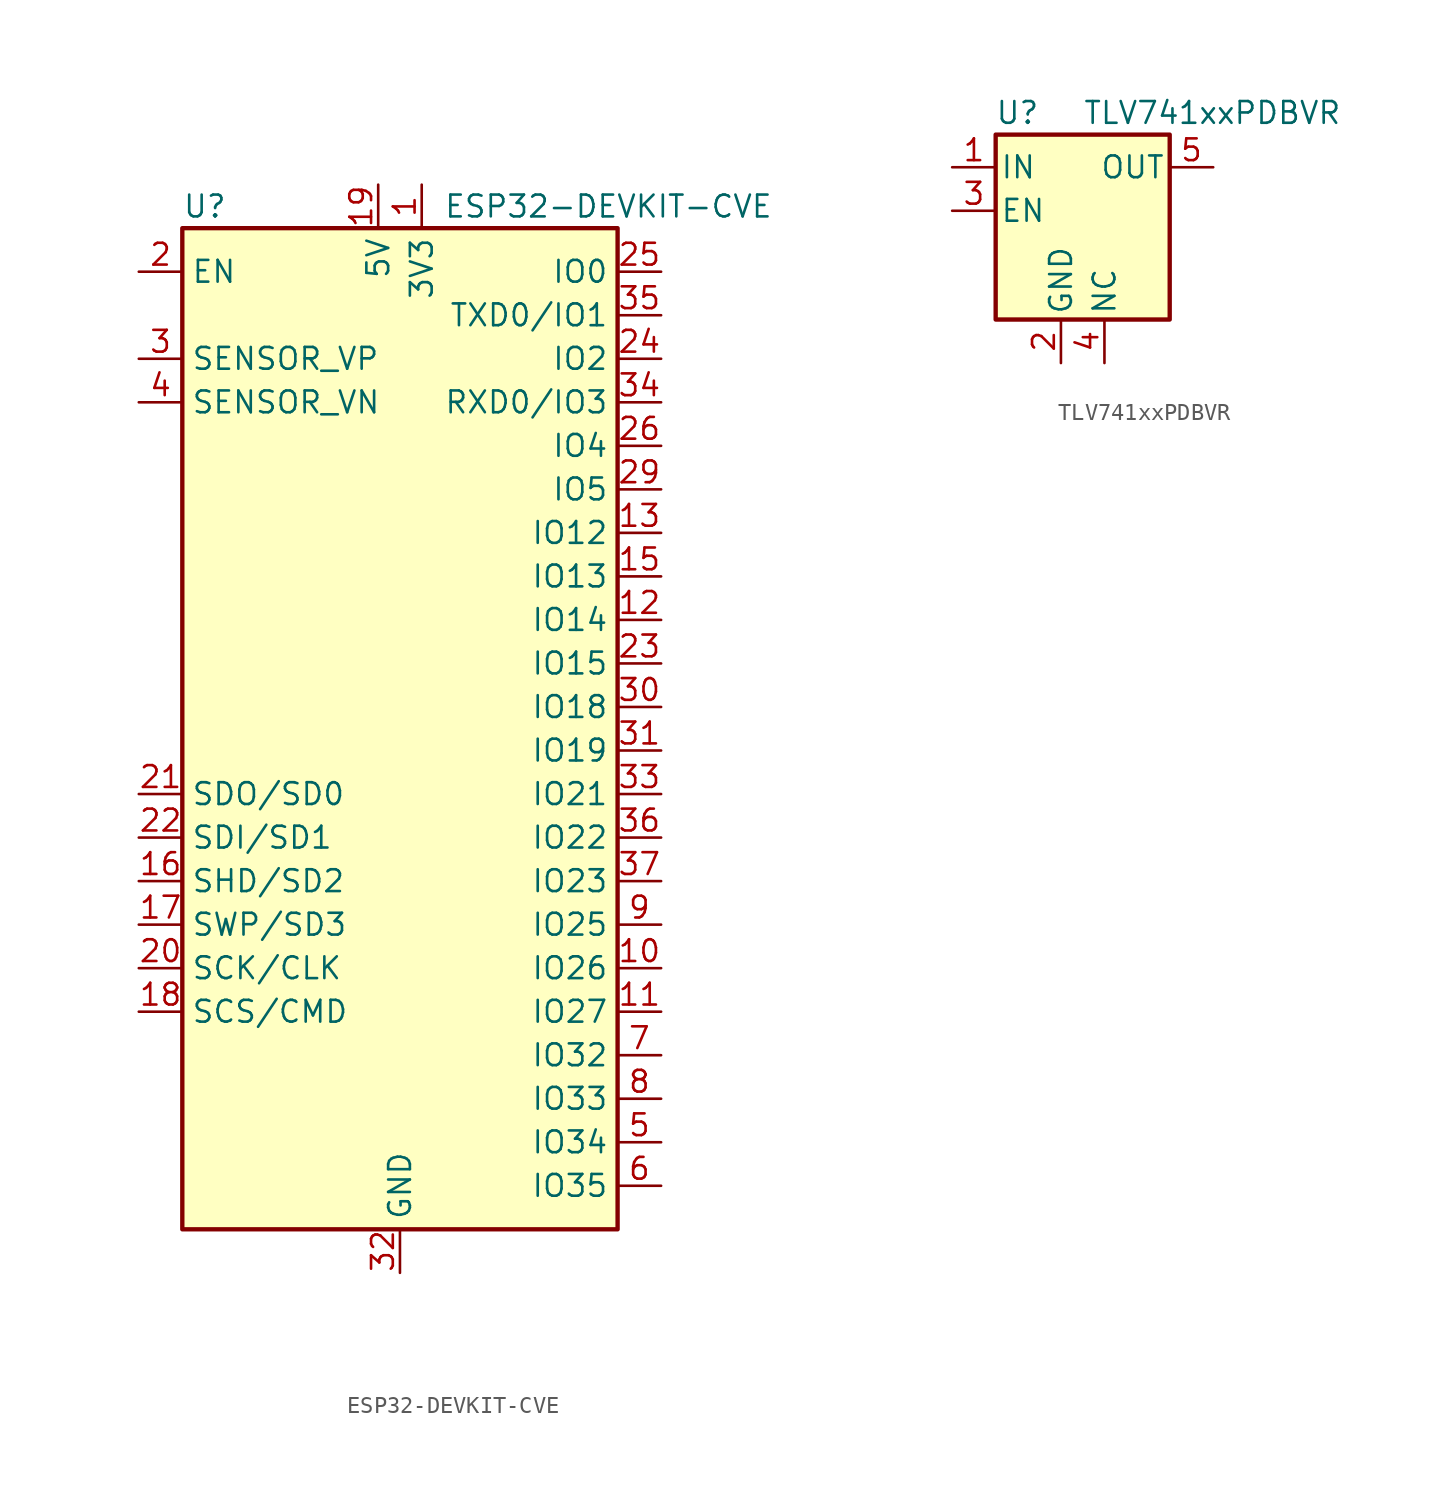
<source format=kicad_sym>
(kicad_symbol_lib
  (version 20210619)
  (generator kicad_symbol_editor)
  (symbol "ESP32-DEVKIT-CVE"
    (property "Reference" "U"
      (at -12.7 34.29 0)
      (effects (font (size 1.27 1.27)) (justify left)))
    (property "Value" "ESP32-DEVKIT-CVE"
      (at 2.54 34.29 0)
      (effects (font (size 1.27 1.27)) (justify left)))
    (symbol "ESP32-DEVKIT-CVE_0_0"
      (pin power_in line (at -1.27 35.56 270) (length 2.54) (name "5V" (effects (font (size 1.27 1.27)))) (number "19" (effects (font (size 1.27 1.27)))))
      (pin no_connect line (at -12.7 -21.59 0) (length 2.54) hide (name "NC" (effects (font (size 1.27 1.27)))) (number "27" (effects (font (size 1.27 1.27)))))
      (pin no_connect line (at -12.7 -24.13 0) (length 2.54) hide (name "NC" (effects (font (size 1.27 1.27)))) (number "28" (effects (font (size 1.27 1.27))))))
    (symbol "ESP32-DEVKIT-CVE_0_1"
      (rectangle (start -12.7 33.02) (end 12.7 -25.4) (stroke (width 0.254)) (fill (type background))))
    (symbol "ESP32-DEVKIT-CVE_1_1"
      (pin power_out line (at 1.27 35.56 270) (length 2.54) (name "3V3" (effects (font (size 1.27 1.27)))) (number "1" (effects (font (size 1.27 1.27)))))
      (pin bidirectional line (at 15.24 -10.16 180) (length 2.54) (name "IO26" (effects (font (size 1.27 1.27)))) (number "10" (effects (font (size 1.27 1.27)))))
      (pin bidirectional line (at 15.24 -12.7 180) (length 2.54) (name "IO27" (effects (font (size 1.27 1.27)))) (number "11" (effects (font (size 1.27 1.27)))))
      (pin bidirectional line (at 15.24 10.16 180) (length 2.54) (name "IO14" (effects (font (size 1.27 1.27)))) (number "12" (effects (font (size 1.27 1.27)))))
      (pin bidirectional line (at 15.24 15.24 180) (length 2.54) (name "IO12" (effects (font (size 1.27 1.27)))) (number "13" (effects (font (size 1.27 1.27)))))
      (pin passive line (at 0 -27.94 90) (length 2.54) hide (name "GND" (effects (font (size 1.27 1.27)))) (number "14" (effects (font (size 1.27 1.27)))))
      (pin bidirectional line (at 15.24 12.7 180) (length 2.54) (name "IO13" (effects (font (size 1.27 1.27)))) (number "15" (effects (font (size 1.27 1.27)))))
      (pin bidirectional line (at -15.24 -5.08 0) (length 2.54) (name "SHD/SD2" (effects (font (size 1.27 1.27)))) (number "16" (effects (font (size 1.27 1.27)))))
      (pin bidirectional line (at -15.24 -7.62 0) (length 2.54) (name "SWP/SD3" (effects (font (size 1.27 1.27)))) (number "17" (effects (font (size 1.27 1.27)))))
      (pin bidirectional line (at -15.24 -12.7 0) (length 2.54) (name "SCS/CMD" (effects (font (size 1.27 1.27)))) (number "18" (effects (font (size 1.27 1.27)))))
      (pin input line (at -15.24 30.48 0) (length 2.54) (name "EN" (effects (font (size 1.27 1.27)))) (number "2" (effects (font (size 1.27 1.27)))))
      (pin bidirectional line (at -15.24 -10.16 0) (length 2.54) (name "SCK/CLK" (effects (font (size 1.27 1.27)))) (number "20" (effects (font (size 1.27 1.27)))))
      (pin bidirectional line (at -15.24 0 0) (length 2.54) (name "SDO/SD0" (effects (font (size 1.27 1.27)))) (number "21" (effects (font (size 1.27 1.27)))))
      (pin bidirectional line (at -15.24 -2.54 0) (length 2.54) (name "SDI/SD1" (effects (font (size 1.27 1.27)))) (number "22" (effects (font (size 1.27 1.27)))))
      (pin bidirectional line (at 15.24 7.62 180) (length 2.54) (name "IO15" (effects (font (size 1.27 1.27)))) (number "23" (effects (font (size 1.27 1.27)))))
      (pin bidirectional line (at 15.24 25.4 180) (length 2.54) (name "IO2" (effects (font (size 1.27 1.27)))) (number "24" (effects (font (size 1.27 1.27)))))
      (pin bidirectional line (at 15.24 30.48 180) (length 2.54) (name "IO0" (effects (font (size 1.27 1.27)))) (number "25" (effects (font (size 1.27 1.27)))))
      (pin bidirectional line (at 15.24 20.32 180) (length 2.54) (name "IO4" (effects (font (size 1.27 1.27)))) (number "26" (effects (font (size 1.27 1.27)))))
      (pin bidirectional line (at 15.24 17.78 180) (length 2.54) (name "IO5" (effects (font (size 1.27 1.27)))) (number "29" (effects (font (size 1.27 1.27)))))
      (pin input line (at -15.24 25.4 0) (length 2.54) (name "SENSOR_VP" (effects (font (size 1.27 1.27)))) (number "3" (effects (font (size 1.27 1.27)))))
      (pin bidirectional line (at 15.24 5.08 180) (length 2.54) (name "IO18" (effects (font (size 1.27 1.27)))) (number "30" (effects (font (size 1.27 1.27)))))
      (pin bidirectional line (at 15.24 2.54 180) (length 2.54) (name "IO19" (effects (font (size 1.27 1.27)))) (number "31" (effects (font (size 1.27 1.27)))))
      (pin power_in line (at 0 -27.94 90) (length 2.54) (name "GND" (effects (font (size 1.27 1.27)))) (number "32" (effects (font (size 1.27 1.27)))))
      (pin bidirectional line (at 15.24 0 180) (length 2.54) (name "IO21" (effects (font (size 1.27 1.27)))) (number "33" (effects (font (size 1.27 1.27)))))
      (pin bidirectional line (at 15.24 22.86 180) (length 2.54) (name "RXD0/IO3" (effects (font (size 1.27 1.27)))) (number "34" (effects (font (size 1.27 1.27)))))
      (pin bidirectional line (at 15.24 27.94 180) (length 2.54) (name "TXD0/IO1" (effects (font (size 1.27 1.27)))) (number "35" (effects (font (size 1.27 1.27)))))
      (pin bidirectional line (at 15.24 -2.54 180) (length 2.54) (name "IO22" (effects (font (size 1.27 1.27)))) (number "36" (effects (font (size 1.27 1.27)))))
      (pin bidirectional line (at 15.24 -5.08 180) (length 2.54) (name "IO23" (effects (font (size 1.27 1.27)))) (number "37" (effects (font (size 1.27 1.27)))))
      (pin passive line (at 0 -27.94 90) (length 2.54) hide (name "GND" (effects (font (size 1.27 1.27)))) (number "38" (effects (font (size 1.27 1.27)))))
      (pin input line (at -15.24 22.86 0) (length 2.54) (name "SENSOR_VN" (effects (font (size 1.27 1.27)))) (number "4" (effects (font (size 1.27 1.27)))))
      (pin input line (at 15.24 -20.32 180) (length 2.54) (name "IO34" (effects (font (size 1.27 1.27)))) (number "5" (effects (font (size 1.27 1.27)))))
      (pin input line (at 15.24 -22.86 180) (length 2.54) (name "IO35" (effects (font (size 1.27 1.27)))) (number "6" (effects (font (size 1.27 1.27)))))
      (pin bidirectional line (at 15.24 -15.24 180) (length 2.54) (name "IO32" (effects (font (size 1.27 1.27)))) (number "7" (effects (font (size 1.27 1.27)))))
      (pin bidirectional line (at 15.24 -17.78 180) (length 2.54) (name "IO33" (effects (font (size 1.27 1.27)))) (number "8" (effects (font (size 1.27 1.27)))))
      (pin bidirectional line (at 15.24 -7.62 180) (length 2.54) (name "IO25" (effects (font (size 1.27 1.27)))) (number "9" (effects (font (size 1.27 1.27)))))))
  (symbol "TLV741xxPDBVR"
    (pin_names
      (offset 0.254))
    (property "Reference" "U"
      (at -3.81 3.175 0)
      (effects (font (size 1.27 1.27))))
    (property "Value" "TLV741xxPDBVR"
      (at 0 3.175 0)
      (effects (font (size 1.27 1.27)) (justify left)))
    (symbol "TLV741xxPDBVR_0_0"
      (pin input line (at -7.62 -2.54 0) (length 2.54) (name "EN" (effects (font (size 1.27 1.27)))) (number "3" (effects (font (size 1.27 1.27)))))
      (pin passive line (at 1.27 -11.43 90) (length 2.54) (name "NC" (effects (font (size 1.27 1.27)))) (number "4" (effects (font (size 1.27 1.27))))))
    (symbol "TLV741xxPDBVR_0_1"
      (rectangle (start -5.08 -8.89) (end 5.08 1.905) (stroke (width 0.254)) (fill (type background))))
    (symbol "TLV741xxPDBVR_1_1"
      (pin power_in line (at -7.62 0 0) (length 2.54) (name "IN" (effects (font (size 1.27 1.27)))) (number "1" (effects (font (size 1.27 1.27)))))
      (pin power_in line (at -1.27 -11.43 90) (length 2.54) (name "GND" (effects (font (size 1.27 1.27)))) (number "2" (effects (font (size 1.27 1.27)))))
      (pin power_out line (at 7.62 0 180) (length 2.54) (name "OUT" (effects (font (size 1.27 1.27)))) (number "5" (effects (font (size 1.27 1.27))))))))
</source>
